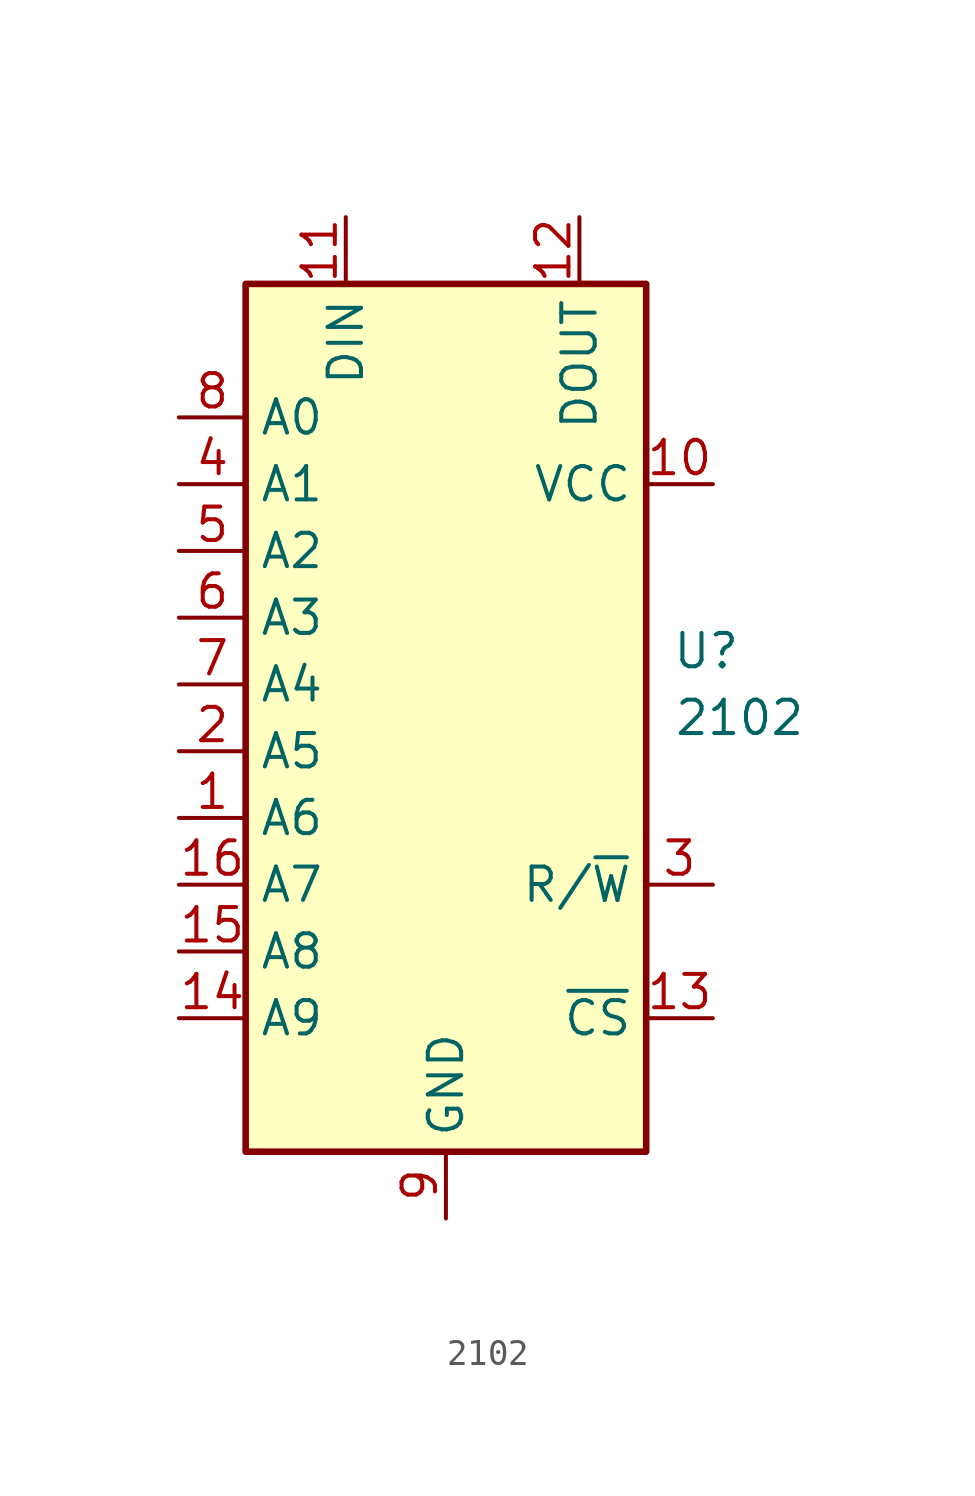
<source format=kicad_sym>
(kicad_symbol_lib
  (version 20231120)
  (generator "kicad_symbol_editor")
  (generator_version "8.0")
  (symbol "2102"
    (property "Reference" "U"
      (at 9.906 -15.24 0)
      (effects (font (size 1.27 1.27))))
    (property "Value" "2102"
      (at 11.176 -17.78 0)
      (effects (font (size 1.27 1.27))))
    (symbol "2102_1_1"
      (rectangle (start -7.62 -1.27) (end 7.62 -34.29) (stroke (width 0.25) (type default)) (fill (type background)))
      (pin input line (at -10.16 -21.59 0) (length 2.54) (name "A6" (effects (font (size 1.27 1.27)))) (number "1" (effects (font (size 1.27 1.27)))))
      (pin power_in line (at 10.16 -8.89 180) (length 2.54) (name "VCC" (effects (font (size 1.27 1.27)))) (number "10" (effects (font (size 1.27 1.27)))))
      (pin bidirectional line (at -3.81 1.27 270) (length 2.54) (name "DIN" (effects (font (size 1.27 1.27)))) (number "11" (effects (font (size 1.27 1.27)))))
      (pin bidirectional line (at 5.08 1.27 270) (length 2.54) (name "DOUT" (effects (font (size 1.27 1.27)))) (number "12" (effects (font (size 1.27 1.27)))))
      (pin input line (at 10.16 -29.21 180) (length 2.54) (name "~{CS}" (effects (font (size 1.27 1.27)))) (number "13" (effects (font (size 1.27 1.27)))))
      (pin input line (at -10.16 -29.21 0) (length 2.54) (name "A9" (effects (font (size 1.27 1.27)))) (number "14" (effects (font (size 1.27 1.27)))))
      (pin input line (at -10.16 -26.67 0) (length 2.54) (name "A8" (effects (font (size 1.27 1.27)))) (number "15" (effects (font (size 1.27 1.27)))))
      (pin input line (at -10.16 -24.13 0) (length 2.54) (name "A7" (effects (font (size 1.27 1.27)))) (number "16" (effects (font (size 1.27 1.27)))))
      (pin input line (at -10.16 -19.05 0) (length 2.54) (name "A5" (effects (font (size 1.27 1.27)))) (number "2" (effects (font (size 1.27 1.27)))))
      (pin input line (at 10.16 -24.13 180) (length 2.54) (name "R/~{W}" (effects (font (size 1.27 1.27)))) (number "3" (effects (font (size 1.27 1.27)))))
      (pin input line (at -10.16 -8.89 0) (length 2.54) (name "A1" (effects (font (size 1.27 1.27)))) (number "4" (effects (font (size 1.27 1.27)))))
      (pin input line (at -10.16 -11.43 0) (length 2.54) (name "A2" (effects (font (size 1.27 1.27)))) (number "5" (effects (font (size 1.27 1.27)))))
      (pin input line (at -10.16 -13.97 0) (length 2.54) (name "A3" (effects (font (size 1.27 1.27)))) (number "6" (effects (font (size 1.27 1.27)))))
      (pin input line (at -10.16 -16.51 0) (length 2.54) (name "A4" (effects (font (size 1.27 1.27)))) (number "7" (effects (font (size 1.27 1.27)))))
      (pin input line (at -10.16 -6.35 0) (length 2.54) (name "A0" (effects (font (size 1.27 1.27)))) (number "8" (effects (font (size 1.27 1.27)))))
      (pin power_in line (at 0 -36.83 90) (length 2.54) (name "GND" (effects (font (size 1.27 1.27)))) (number "9" (effects (font (size 1.27 1.27))))))))
</source>
